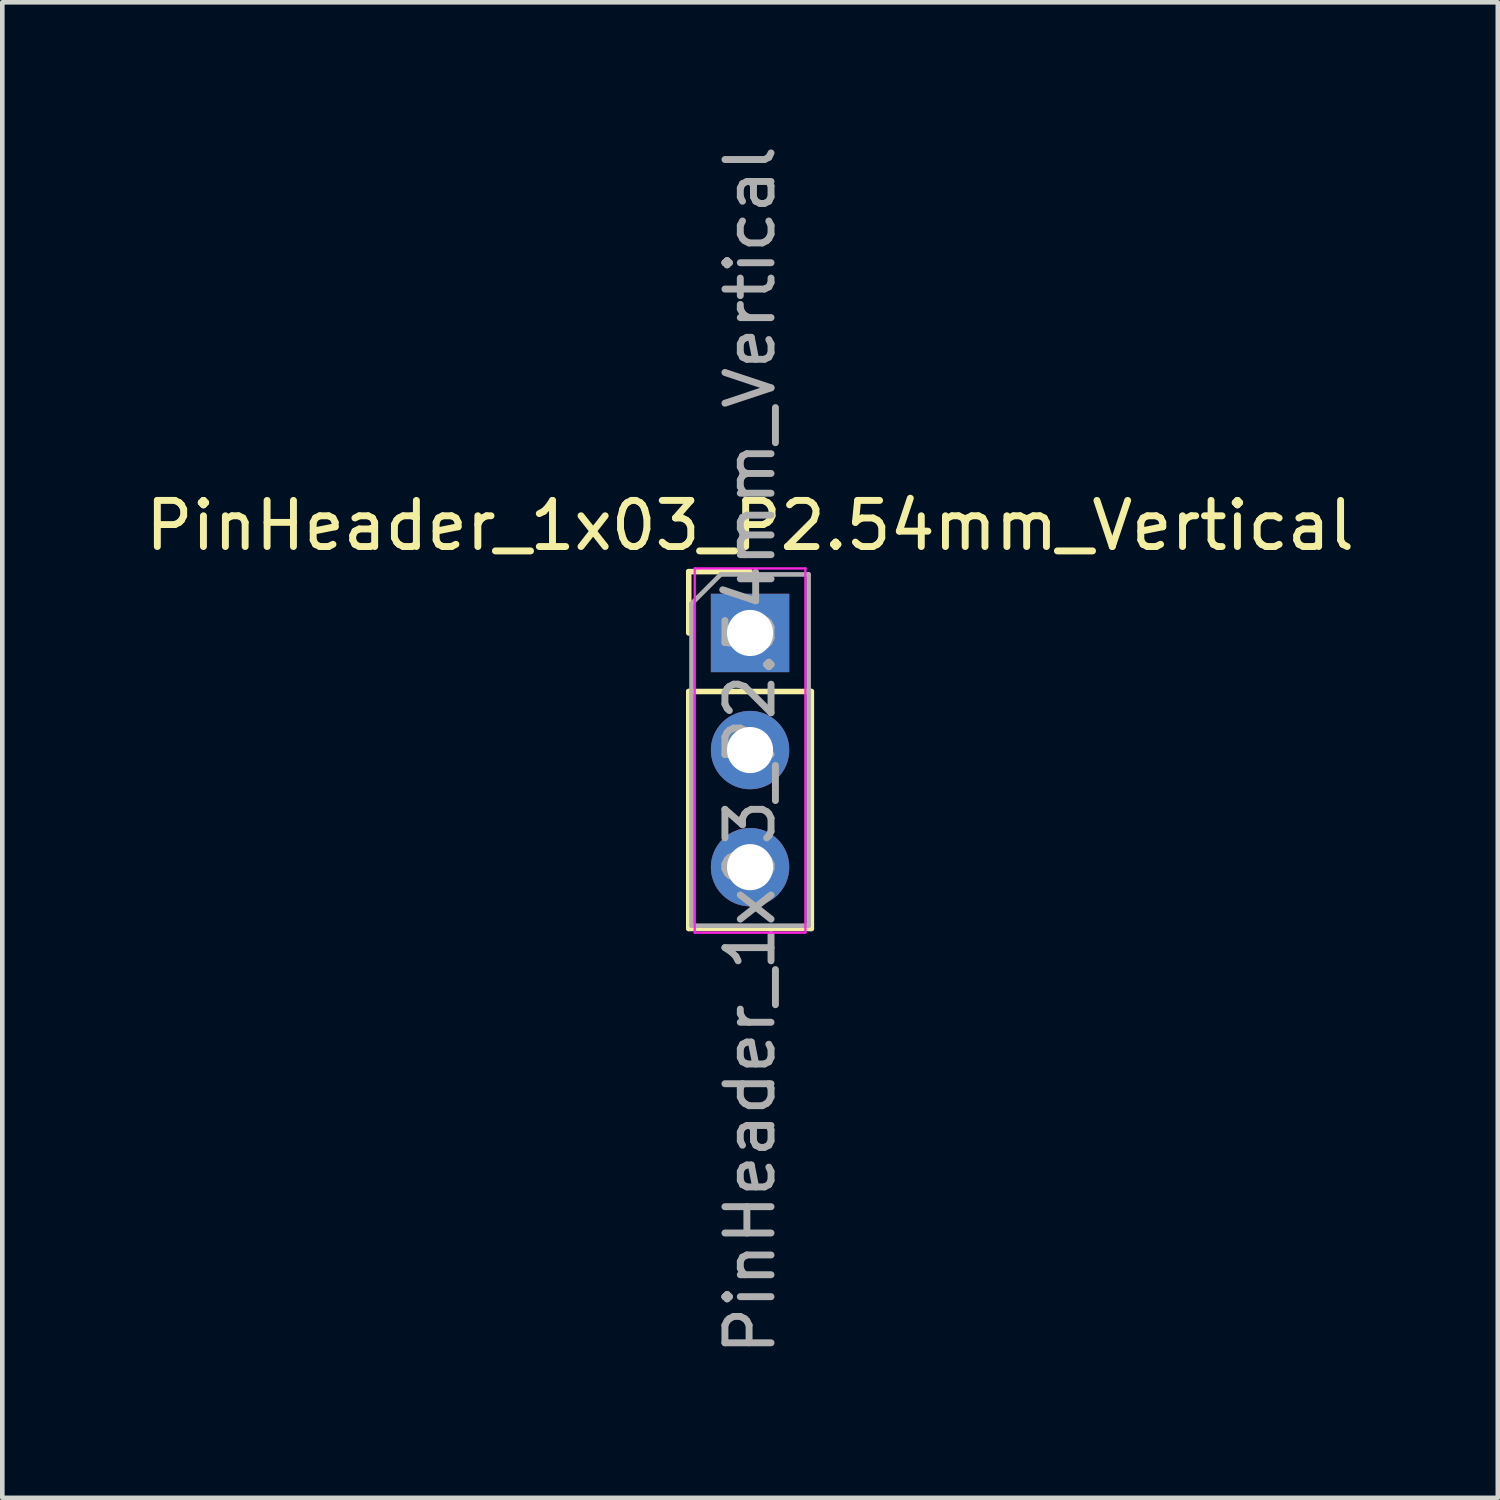
<source format=kicad_pcb>
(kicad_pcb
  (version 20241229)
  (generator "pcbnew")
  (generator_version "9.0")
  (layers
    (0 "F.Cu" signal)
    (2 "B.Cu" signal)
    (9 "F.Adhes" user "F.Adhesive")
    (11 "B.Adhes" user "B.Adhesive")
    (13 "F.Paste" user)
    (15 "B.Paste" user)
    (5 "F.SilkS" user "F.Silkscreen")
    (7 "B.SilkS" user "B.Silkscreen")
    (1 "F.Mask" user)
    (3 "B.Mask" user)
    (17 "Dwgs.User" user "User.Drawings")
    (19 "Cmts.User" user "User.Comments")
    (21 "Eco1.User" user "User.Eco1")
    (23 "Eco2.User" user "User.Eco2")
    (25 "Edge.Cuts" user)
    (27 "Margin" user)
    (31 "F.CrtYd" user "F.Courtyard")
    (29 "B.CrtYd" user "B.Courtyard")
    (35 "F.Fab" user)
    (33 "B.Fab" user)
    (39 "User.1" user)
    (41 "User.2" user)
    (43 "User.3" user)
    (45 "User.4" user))
  (footprint "PinHeader_1x03_P2.54mm_Vertical"
    (layer "F.Cu")
    (at 13.22 10.68)
    (property "Reference" "PinHeader_1x03_P2.54mm_Vertical" (at 0 -2.33 0) (layer "F.SilkS") (effects (font (size 1 1) (thickness 0.15))))
    (attr through_hole)
    (fp_line (start -1.33 -1.33) (end 0 -1.33) (stroke (width 0.12) (type solid)) (layer "F.SilkS"))
    (fp_line (start -1.33 0) (end -1.33 -1.33) (stroke (width 0.12) (type solid)) (layer "F.SilkS"))
    (fp_line (start -1.33 1.27) (end -1.33 6.41) (stroke (width 0.12) (type solid)) (layer "F.SilkS"))
    (fp_line (start -1.33 1.27) (end 1.33 1.27) (stroke (width 0.12) (type solid)) (layer "F.SilkS"))
    (fp_line (start -1.33 6.41) (end 1.33 6.41) (stroke (width 0.12) (type solid)) (layer "F.SilkS"))
    (fp_line (start 1.33 1.27) (end 1.33 6.41) (stroke (width 0.12) (type solid)) (layer "F.SilkS"))
    (fp_line (start -1.2 -1.4) (end -1.2 6.5) (stroke (width 0.05) (type solid)) (layer "F.CrtYd"))
    (fp_line (start -1.2 6.5) (end 1.2 6.5) (stroke (width 0.05) (type solid)) (layer "F.CrtYd"))
    (fp_line (start 1.2 -1.4) (end -1.2 -1.4) (stroke (width 0.05) (type solid)) (layer "F.CrtYd"))
    (fp_line (start 1.2 6.5) (end 1.2 -1.4) (stroke (width 0.05) (type solid)) (layer "F.CrtYd"))
    (fp_line (start -1.27 -0.635) (end -0.635 -1.27) (stroke (width 0.1) (type solid)) (layer "F.Fab"))
    (fp_line (start -1.27 6.35) (end -1.27 -0.635) (stroke (width 0.1) (type solid)) (layer "F.Fab"))
    (fp_line (start -0.635 -1.27) (end 1.27 -1.27) (stroke (width 0.1) (type solid)) (layer "F.Fab"))
    (fp_line (start 1.27 -1.27) (end 1.27 6.35) (stroke (width 0.1) (type solid)) (layer "F.Fab"))
    (fp_line (start 1.27 6.35) (end -1.27 6.35) (stroke (width 0.1) (type solid)) (layer "F.Fab"))
    (fp_text user "${REFERENCE}" (at 0 2.54 90) (layer "F.Fab") (effects (font (size 1 1) (thickness 0.15))))
    (pad "1" thru_hole rect (at 0 0) (size 1.7 1.7) (drill 1) (layers "*.Cu" "*.Mask"))
    (pad "2" thru_hole oval (at 0 2.54) (size 1.7 1.7) (drill 1) (layers "*.Cu" "*.Mask"))
    (pad "3" thru_hole oval (at 0 5.08) (size 1.7 1.7) (drill 1) (layers "*.Cu" "*.Mask")))
  (gr_rect
    (start -3 -3)
    (end 29.44 29.44)
    (stroke (width 0.1) (type default))
    (fill no)
    (layer "Edge.Cuts")))
</source>
